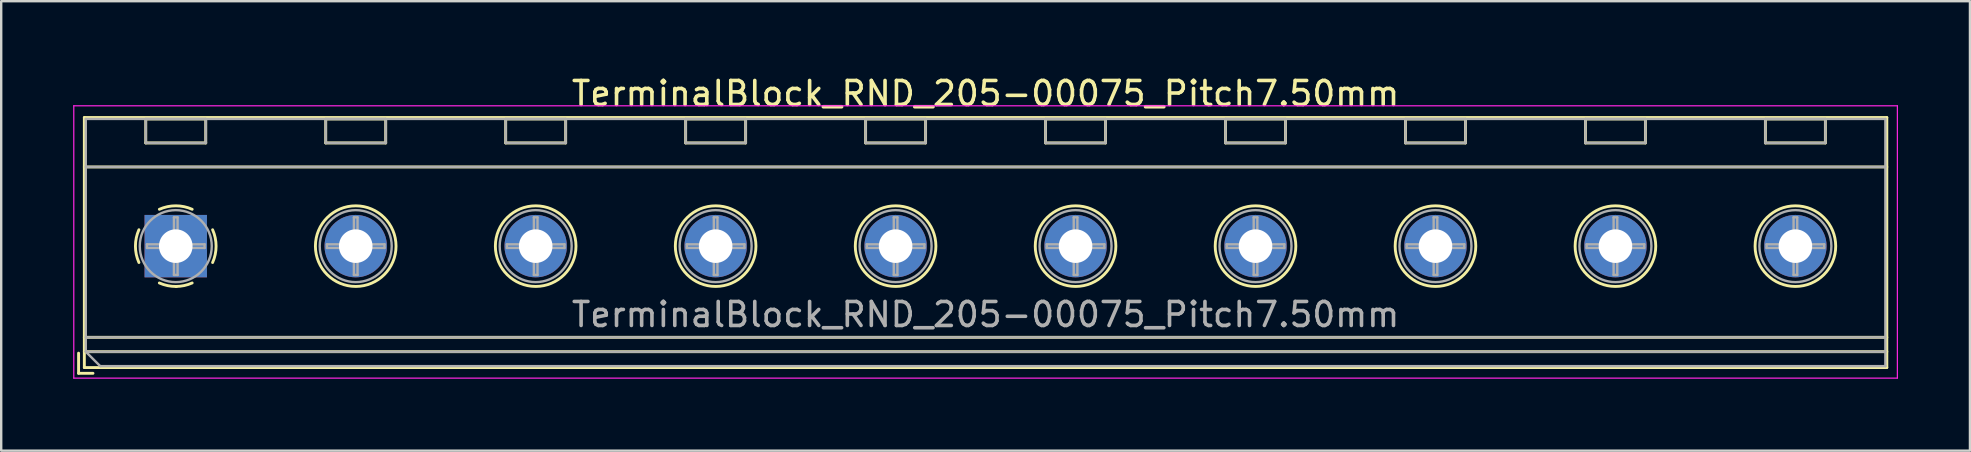
<source format=kicad_pcb>
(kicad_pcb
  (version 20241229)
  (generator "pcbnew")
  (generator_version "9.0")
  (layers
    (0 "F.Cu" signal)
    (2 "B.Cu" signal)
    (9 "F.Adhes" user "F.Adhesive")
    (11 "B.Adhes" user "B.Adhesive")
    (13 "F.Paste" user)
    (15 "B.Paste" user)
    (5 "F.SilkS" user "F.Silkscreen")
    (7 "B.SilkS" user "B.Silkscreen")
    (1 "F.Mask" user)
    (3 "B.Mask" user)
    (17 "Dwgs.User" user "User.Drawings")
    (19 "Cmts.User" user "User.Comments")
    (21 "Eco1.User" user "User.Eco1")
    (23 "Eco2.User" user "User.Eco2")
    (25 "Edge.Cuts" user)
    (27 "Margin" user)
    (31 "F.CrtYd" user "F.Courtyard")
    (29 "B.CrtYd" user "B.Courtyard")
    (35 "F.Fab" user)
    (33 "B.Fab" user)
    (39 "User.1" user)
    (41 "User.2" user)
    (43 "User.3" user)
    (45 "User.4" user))
  (footprint "TerminalBlock_RND_205-00075_Pitch7.50mm"
    (layer "F.Cu")
    (at 4.275 7.208)
    (property "Reference" "TerminalBlock_RND_205-00075_Pitch7.50mm" (at 33.75 -6.36 0) (layer "F.SilkS") (effects (font (size 1 1) (thickness 0.15))))
    (attr through_hole)
    (fp_line (start -4.05 4.46) (end -4.05 5.3) (stroke (width 0.12) (type solid)) (layer "F.SilkS"))
    (fp_line (start -4.05 5.3) (end -3.45 5.3) (stroke (width 0.12) (type solid)) (layer "F.SilkS"))
    (fp_line (start -3.81 -5.36) (end -3.81 5.06) (stroke (width 0.12) (type solid)) (layer "F.SilkS"))
    (fp_line (start -3.81 -3.3) (end 71.31 -3.3) (stroke (width 0.12) (type solid)) (layer "F.SilkS"))
    (fp_line (start -3.81 3.8) (end 71.31 3.8) (stroke (width 0.12) (type solid)) (layer "F.SilkS"))
    (fp_line (start -3.81 4.4) (end 71.31 4.4) (stroke (width 0.12) (type solid)) (layer "F.SilkS"))
    (fp_line (start -3.81 5.06) (end 71.31 5.06) (stroke (width 0.12) (type solid)) (layer "F.SilkS"))
    (fp_line (start -1.25 -5.301) (end -1.25 -4.301) (stroke (width 0.12) (type solid)) (layer "F.SilkS"))
    (fp_line (start -1.25 -5.301) (end 1.25 -5.301) (stroke (width 0.12) (type solid)) (layer "F.SilkS"))
    (fp_line (start -1.25 -4.301) (end 1.25 -4.301) (stroke (width 0.12) (type solid)) (layer "F.SilkS"))
    (fp_line (start 1.25 -5.301) (end 1.25 -4.301) (stroke (width 0.12) (type solid)) (layer "F.SilkS"))
    (fp_line (start 6.25 -5.301) (end 6.25 -4.301) (stroke (width 0.12) (type solid)) (layer "F.SilkS"))
    (fp_line (start 6.25 -5.301) (end 8.75 -5.301) (stroke (width 0.12) (type solid)) (layer "F.SilkS"))
    (fp_line (start 6.25 -4.301) (end 8.75 -4.301) (stroke (width 0.12) (type solid)) (layer "F.SilkS"))
    (fp_line (start 8.75 -5.301) (end 8.75 -4.301) (stroke (width 0.12) (type solid)) (layer "F.SilkS"))
    (fp_line (start 13.75 -5.301) (end 13.75 -4.301) (stroke (width 0.12) (type solid)) (layer "F.SilkS"))
    (fp_line (start 13.75 -5.301) (end 16.25 -5.301) (stroke (width 0.12) (type solid)) (layer "F.SilkS"))
    (fp_line (start 13.75 -4.301) (end 16.25 -4.301) (stroke (width 0.12) (type solid)) (layer "F.SilkS"))
    (fp_line (start 16.25 -5.301) (end 16.25 -4.301) (stroke (width 0.12) (type solid)) (layer "F.SilkS"))
    (fp_line (start 21.25 -5.301) (end 21.25 -4.301) (stroke (width 0.12) (type solid)) (layer "F.SilkS"))
    (fp_line (start 21.25 -5.301) (end 23.75 -5.301) (stroke (width 0.12) (type solid)) (layer "F.SilkS"))
    (fp_line (start 21.25 -4.301) (end 23.75 -4.301) (stroke (width 0.12) (type solid)) (layer "F.SilkS"))
    (fp_line (start 23.75 -5.301) (end 23.75 -4.301) (stroke (width 0.12) (type solid)) (layer "F.SilkS"))
    (fp_line (start 28.75 -5.301) (end 28.75 -4.301) (stroke (width 0.12) (type solid)) (layer "F.SilkS"))
    (fp_line (start 28.75 -5.301) (end 31.25 -5.301) (stroke (width 0.12) (type solid)) (layer "F.SilkS"))
    (fp_line (start 28.75 -4.301) (end 31.25 -4.301) (stroke (width 0.12) (type solid)) (layer "F.SilkS"))
    (fp_line (start 31.25 -5.301) (end 31.25 -4.301) (stroke (width 0.12) (type solid)) (layer "F.SilkS"))
    (fp_line (start 36.25 -5.301) (end 36.25 -4.301) (stroke (width 0.12) (type solid)) (layer "F.SilkS"))
    (fp_line (start 36.25 -5.301) (end 38.75 -5.301) (stroke (width 0.12) (type solid)) (layer "F.SilkS"))
    (fp_line (start 36.25 -4.301) (end 38.75 -4.301) (stroke (width 0.12) (type solid)) (layer "F.SilkS"))
    (fp_line (start 38.75 -5.301) (end 38.75 -4.301) (stroke (width 0.12) (type solid)) (layer "F.SilkS"))
    (fp_line (start 43.75 -5.301) (end 43.75 -4.301) (stroke (width 0.12) (type solid)) (layer "F.SilkS"))
    (fp_line (start 43.75 -5.301) (end 46.25 -5.301) (stroke (width 0.12) (type solid)) (layer "F.SilkS"))
    (fp_line (start 43.75 -4.301) (end 46.25 -4.301) (stroke (width 0.12) (type solid)) (layer "F.SilkS"))
    (fp_line (start 46.25 -5.301) (end 46.25 -4.301) (stroke (width 0.12) (type solid)) (layer "F.SilkS"))
    (fp_line (start 51.25 -5.301) (end 51.25 -4.301) (stroke (width 0.12) (type solid)) (layer "F.SilkS"))
    (fp_line (start 51.25 -5.301) (end 53.75 -5.301) (stroke (width 0.12) (type solid)) (layer "F.SilkS"))
    (fp_line (start 51.25 -4.301) (end 53.75 -4.301) (stroke (width 0.12) (type solid)) (layer "F.SilkS"))
    (fp_line (start 53.75 -5.301) (end 53.75 -4.301) (stroke (width 0.12) (type solid)) (layer "F.SilkS"))
    (fp_line (start 58.75 -5.301) (end 58.75 -4.301) (stroke (width 0.12) (type solid)) (layer "F.SilkS"))
    (fp_line (start 58.75 -5.301) (end 61.25 -5.301) (stroke (width 0.12) (type solid)) (layer "F.SilkS"))
    (fp_line (start 58.75 -4.301) (end 61.25 -4.301) (stroke (width 0.12) (type solid)) (layer "F.SilkS"))
    (fp_line (start 61.25 -5.301) (end 61.25 -4.301) (stroke (width 0.12) (type solid)) (layer "F.SilkS"))
    (fp_line (start 66.25 -5.301) (end 66.25 -4.301) (stroke (width 0.12) (type solid)) (layer "F.SilkS"))
    (fp_line (start 66.25 -5.301) (end 68.75 -5.301) (stroke (width 0.12) (type solid)) (layer "F.SilkS"))
    (fp_line (start 66.25 -4.301) (end 68.75 -4.301) (stroke (width 0.12) (type solid)) (layer "F.SilkS"))
    (fp_line (start 68.75 -5.301) (end 68.75 -4.301) (stroke (width 0.12) (type solid)) (layer "F.SilkS"))
    (fp_line (start 71.31 -5.36) (end -3.81 -5.36) (stroke (width 0.12) (type solid)) (layer "F.SilkS"))
    (fp_line (start 71.31 5.06) (end 71.31 -5.36) (stroke (width 0.12) (type solid)) (layer "F.SilkS"))
    (fp_arc (start -1.535427 0.683042) (mid -1.680501 -0.000524) (end -1.535 -0.684) (stroke (width 0.12) (type solid)) (layer "F.SilkS"))
    (fp_arc (start -0.683042 -1.535427) (mid 0.000524 -1.680501) (end 0.684 -1.535) (stroke (width 0.12) (type solid)) (layer "F.SilkS"))
    (fp_arc (start 0.028805 1.680253) (mid -0.335551 1.646659) (end -0.684 1.535) (stroke (width 0.12) (type solid)) (layer "F.SilkS"))
    (fp_arc (start 0.683318 1.534756) (mid 0.349292 1.643288) (end 0 1.68) (stroke (width 0.12) (type solid)) (layer "F.SilkS"))
    (fp_arc (start 1.535427 -0.683042) (mid 1.680501 0.000524) (end 1.535 0.684) (stroke (width 0.12) (type solid)) (layer "F.SilkS"))
    (fp_circle (center 7.5 0) (end 9.18 0) (stroke (width 0.12) (type solid)) (fill no) (layer "F.SilkS"))
    (fp_circle (center 15 0) (end 16.68 0) (stroke (width 0.12) (type solid)) (fill no) (layer "F.SilkS"))
    (fp_circle (center 22.5 0) (end 24.18 0) (stroke (width 0.12) (type solid)) (fill no) (layer "F.SilkS"))
    (fp_circle (center 30 0) (end 31.68 0) (stroke (width 0.12) (type solid)) (fill no) (layer "F.SilkS"))
    (fp_circle (center 37.5 0) (end 39.18 0) (stroke (width 0.12) (type solid)) (fill no) (layer "F.SilkS"))
    (fp_circle (center 45 0) (end 46.68 0) (stroke (width 0.12) (type solid)) (fill no) (layer "F.SilkS"))
    (fp_circle (center 52.5 0) (end 54.18 0) (stroke (width 0.12) (type solid)) (fill no) (layer "F.SilkS"))
    (fp_circle (center 60 0) (end 61.68 0) (stroke (width 0.12) (type solid)) (fill no) (layer "F.SilkS"))
    (fp_circle (center 67.5 0) (end 69.18 0) (stroke (width 0.12) (type solid)) (fill no) (layer "F.SilkS"))
    (fp_line (start -4.25 -5.85) (end -4.25 5.5) (stroke (width 0.05) (type solid)) (layer "F.CrtYd"))
    (fp_line (start -4.25 5.5) (end 71.75 5.5) (stroke (width 0.05) (type solid)) (layer "F.CrtYd"))
    (fp_line (start 71.75 -5.85) (end -4.25 -5.85) (stroke (width 0.05) (type solid)) (layer "F.CrtYd"))
    (fp_line (start 71.75 5.5) (end 71.75 -5.85) (stroke (width 0.05) (type solid)) (layer "F.CrtYd"))
    (fp_line (start -3.75 -5.3) (end 71.25 -5.3) (stroke (width 0.1) (type solid)) (layer "F.Fab"))
    (fp_line (start -3.75 -3.3) (end 71.25 -3.3) (stroke (width 0.1) (type solid)) (layer "F.Fab"))
    (fp_line (start -3.75 3.8) (end 71.25 3.8) (stroke (width 0.1) (type solid)) (layer "F.Fab"))
    (fp_line (start -3.75 4.4) (end -3.75 -5.3) (stroke (width 0.1) (type solid)) (layer "F.Fab"))
    (fp_line (start -3.75 4.4) (end 71.25 4.4) (stroke (width 0.1) (type solid)) (layer "F.Fab"))
    (fp_line (start -3.15 5) (end -3.75 4.4) (stroke (width 0.1) (type solid)) (layer "F.Fab"))
    (fp_line (start -1.25 -5.3) (end -1.25 -4.3) (stroke (width 0.1) (type solid)) (layer "F.Fab"))
    (fp_line (start -1.25 -4.3) (end 1.25 -4.3) (stroke (width 0.1) (type solid)) (layer "F.Fab"))
    (fp_line (start -1.201 -0.076) (end -0.076 -0.076) (stroke (width 0.1) (type solid)) (layer "F.Fab"))
    (fp_line (start -1.201 0.076) (end -1.201 -0.076) (stroke (width 0.1) (type solid)) (layer "F.Fab"))
    (fp_line (start -0.076 -1.201) (end 0.076 -1.201) (stroke (width 0.1) (type solid)) (layer "F.Fab"))
    (fp_line (start -0.076 -0.076) (end -0.076 -1.201) (stroke (width 0.1) (type solid)) (layer "F.Fab"))
    (fp_line (start -0.076 0.076) (end -1.201 0.076) (stroke (width 0.1) (type solid)) (layer "F.Fab"))
    (fp_line (start -0.076 1.201) (end -0.076 0.076) (stroke (width 0.1) (type solid)) (layer "F.Fab"))
    (fp_line (start 0.076 -1.201) (end 0.076 -0.076) (stroke (width 0.1) (type solid)) (layer "F.Fab"))
    (fp_line (start 0.076 -0.076) (end 1.201 -0.076) (stroke (width 0.1) (type solid)) (layer "F.Fab"))
    (fp_line (start 0.076 0.076) (end 0.076 1.201) (stroke (width 0.1) (type solid)) (layer "F.Fab"))
    (fp_line (start 0.076 1.201) (end -0.076 1.201) (stroke (width 0.1) (type solid)) (layer "F.Fab"))
    (fp_line (start 1.201 -0.076) (end 1.201 0.076) (stroke (width 0.1) (type solid)) (layer "F.Fab"))
    (fp_line (start 1.201 0.076) (end 0.076 0.076) (stroke (width 0.1) (type solid)) (layer "F.Fab"))
    (fp_line (start 1.25 -5.3) (end -1.25 -5.3) (stroke (width 0.1) (type solid)) (layer "F.Fab"))
    (fp_line (start 1.25 -4.3) (end 1.25 -5.3) (stroke (width 0.1) (type solid)) (layer "F.Fab"))
    (fp_line (start 6.25 -5.3) (end 6.25 -4.3) (stroke (width 0.1) (type solid)) (layer "F.Fab"))
    (fp_line (start 6.25 -4.3) (end 8.75 -4.3) (stroke (width 0.1) (type solid)) (layer "F.Fab"))
    (fp_line (start 6.299 -0.076) (end 7.424 -0.076) (stroke (width 0.1) (type solid)) (layer "F.Fab"))
    (fp_line (start 6.299 0.076) (end 6.299 -0.076) (stroke (width 0.1) (type solid)) (layer "F.Fab"))
    (fp_line (start 7.424 -1.201) (end 7.576 -1.201) (stroke (width 0.1) (type solid)) (layer "F.Fab"))
    (fp_line (start 7.424 -0.076) (end 7.424 -1.201) (stroke (width 0.1) (type solid)) (layer "F.Fab"))
    (fp_line (start 7.424 0.076) (end 6.299 0.076) (stroke (width 0.1) (type solid)) (layer "F.Fab"))
    (fp_line (start 7.424 1.201) (end 7.424 0.076) (stroke (width 0.1) (type solid)) (layer "F.Fab"))
    (fp_line (start 7.576 -1.201) (end 7.576 -0.076) (stroke (width 0.1) (type solid)) (layer "F.Fab"))
    (fp_line (start 7.576 -0.076) (end 8.701 -0.076) (stroke (width 0.1) (type solid)) (layer "F.Fab"))
    (fp_line (start 7.576 0.076) (end 7.576 1.201) (stroke (width 0.1) (type solid)) (layer "F.Fab"))
    (fp_line (start 7.576 1.201) (end 7.424 1.201) (stroke (width 0.1) (type solid)) (layer "F.Fab"))
    (fp_line (start 8.701 -0.076) (end 8.701 0.076) (stroke (width 0.1) (type solid)) (layer "F.Fab"))
    (fp_line (start 8.701 0.076) (end 7.576 0.076) (stroke (width 0.1) (type solid)) (layer "F.Fab"))
    (fp_line (start 8.75 -5.3) (end 6.25 -5.3) (stroke (width 0.1) (type solid)) (layer "F.Fab"))
    (fp_line (start 8.75 -4.3) (end 8.75 -5.3) (stroke (width 0.1) (type solid)) (layer "F.Fab"))
    (fp_line (start 13.75 -5.3) (end 13.75 -4.3) (stroke (width 0.1) (type solid)) (layer "F.Fab"))
    (fp_line (start 13.75 -4.3) (end 16.25 -4.3) (stroke (width 0.1) (type solid)) (layer "F.Fab"))
    (fp_line (start 13.799 -0.076) (end 14.924 -0.076) (stroke (width 0.1) (type solid)) (layer "F.Fab"))
    (fp_line (start 13.799 0.076) (end 13.799 -0.076) (stroke (width 0.1) (type solid)) (layer "F.Fab"))
    (fp_line (start 14.924 -1.201) (end 15.076 -1.201) (stroke (width 0.1) (type solid)) (layer "F.Fab"))
    (fp_line (start 14.924 -0.076) (end 14.924 -1.201) (stroke (width 0.1) (type solid)) (layer "F.Fab"))
    (fp_line (start 14.924 0.076) (end 13.799 0.076) (stroke (width 0.1) (type solid)) (layer "F.Fab"))
    (fp_line (start 14.924 1.201) (end 14.924 0.076) (stroke (width 0.1) (type solid)) (layer "F.Fab"))
    (fp_line (start 15.076 -1.201) (end 15.076 -0.076) (stroke (width 0.1) (type solid)) (layer "F.Fab"))
    (fp_line (start 15.076 -0.076) (end 16.201 -0.076) (stroke (width 0.1) (type solid)) (layer "F.Fab"))
    (fp_line (start 15.076 0.076) (end 15.076 1.201) (stroke (width 0.1) (type solid)) (layer "F.Fab"))
    (fp_line (start 15.076 1.201) (end 14.924 1.201) (stroke (width 0.1) (type solid)) (layer "F.Fab"))
    (fp_line (start 16.201 -0.076) (end 16.201 0.076) (stroke (width 0.1) (type solid)) (layer "F.Fab"))
    (fp_line (start 16.201 0.076) (end 15.076 0.076) (stroke (width 0.1) (type solid)) (layer "F.Fab"))
    (fp_line (start 16.25 -5.3) (end 13.75 -5.3) (stroke (width 0.1) (type solid)) (layer "F.Fab"))
    (fp_line (start 16.25 -4.3) (end 16.25 -5.3) (stroke (width 0.1) (type solid)) (layer "F.Fab"))
    (fp_line (start 21.25 -5.3) (end 21.25 -4.3) (stroke (width 0.1) (type solid)) (layer "F.Fab"))
    (fp_line (start 21.25 -4.3) (end 23.75 -4.3) (stroke (width 0.1) (type solid)) (layer "F.Fab"))
    (fp_line (start 21.299 -0.076) (end 22.424 -0.076) (stroke (width 0.1) (type solid)) (layer "F.Fab"))
    (fp_line (start 21.299 0.076) (end 21.299 -0.076) (stroke (width 0.1) (type solid)) (layer "F.Fab"))
    (fp_line (start 22.424 -1.201) (end 22.576 -1.201) (stroke (width 0.1) (type solid)) (layer "F.Fab"))
    (fp_line (start 22.424 -0.076) (end 22.424 -1.201) (stroke (width 0.1) (type solid)) (layer "F.Fab"))
    (fp_line (start 22.424 0.076) (end 21.299 0.076) (stroke (width 0.1) (type solid)) (layer "F.Fab"))
    (fp_line (start 22.424 1.201) (end 22.424 0.076) (stroke (width 0.1) (type solid)) (layer "F.Fab"))
    (fp_line (start 22.576 -1.201) (end 22.576 -0.076) (stroke (width 0.1) (type solid)) (layer "F.Fab"))
    (fp_line (start 22.576 -0.076) (end 23.701 -0.076) (stroke (width 0.1) (type solid)) (layer "F.Fab"))
    (fp_line (start 22.576 0.076) (end 22.576 1.201) (stroke (width 0.1) (type solid)) (layer "F.Fab"))
    (fp_line (start 22.576 1.201) (end 22.424 1.201) (stroke (width 0.1) (type solid)) (layer "F.Fab"))
    (fp_line (start 23.701 -0.076) (end 23.701 0.076) (stroke (width 0.1) (type solid)) (layer "F.Fab"))
    (fp_line (start 23.701 0.076) (end 22.576 0.076) (stroke (width 0.1) (type solid)) (layer "F.Fab"))
    (fp_line (start 23.75 -5.3) (end 21.25 -5.3) (stroke (width 0.1) (type solid)) (layer "F.Fab"))
    (fp_line (start 23.75 -4.3) (end 23.75 -5.3) (stroke (width 0.1) (type solid)) (layer "F.Fab"))
    (fp_line (start 28.75 -5.3) (end 28.75 -4.3) (stroke (width 0.1) (type solid)) (layer "F.Fab"))
    (fp_line (start 28.75 -4.3) (end 31.25 -4.3) (stroke (width 0.1) (type solid)) (layer "F.Fab"))
    (fp_line (start 28.799 -0.076) (end 29.924 -0.076) (stroke (width 0.1) (type solid)) (layer "F.Fab"))
    (fp_line (start 28.799 0.076) (end 28.799 -0.076) (stroke (width 0.1) (type solid)) (layer "F.Fab"))
    (fp_line (start 29.924 -1.201) (end 30.076 -1.201) (stroke (width 0.1) (type solid)) (layer "F.Fab"))
    (fp_line (start 29.924 -0.076) (end 29.924 -1.201) (stroke (width 0.1) (type solid)) (layer "F.Fab"))
    (fp_line (start 29.924 0.076) (end 28.799 0.076) (stroke (width 0.1) (type solid)) (layer "F.Fab"))
    (fp_line (start 29.924 1.201) (end 29.924 0.076) (stroke (width 0.1) (type solid)) (layer "F.Fab"))
    (fp_line (start 30.076 -1.201) (end 30.076 -0.076) (stroke (width 0.1) (type solid)) (layer "F.Fab"))
    (fp_line (start 30.076 -0.076) (end 31.201 -0.076) (stroke (width 0.1) (type solid)) (layer "F.Fab"))
    (fp_line (start 30.076 0.076) (end 30.076 1.201) (stroke (width 0.1) (type solid)) (layer "F.Fab"))
    (fp_line (start 30.076 1.201) (end 29.924 1.201) (stroke (width 0.1) (type solid)) (layer "F.Fab"))
    (fp_line (start 31.201 -0.076) (end 31.201 0.076) (stroke (width 0.1) (type solid)) (layer "F.Fab"))
    (fp_line (start 31.201 0.076) (end 30.076 0.076) (stroke (width 0.1) (type solid)) (layer "F.Fab"))
    (fp_line (start 31.25 -5.3) (end 28.75 -5.3) (stroke (width 0.1) (type solid)) (layer "F.Fab"))
    (fp_line (start 31.25 -4.3) (end 31.25 -5.3) (stroke (width 0.1) (type solid)) (layer "F.Fab"))
    (fp_line (start 36.25 -5.3) (end 36.25 -4.3) (stroke (width 0.1) (type solid)) (layer "F.Fab"))
    (fp_line (start 36.25 -4.3) (end 38.75 -4.3) (stroke (width 0.1) (type solid)) (layer "F.Fab"))
    (fp_line (start 36.299 -0.076) (end 37.424 -0.076) (stroke (width 0.1) (type solid)) (layer "F.Fab"))
    (fp_line (start 36.299 0.076) (end 36.299 -0.076) (stroke (width 0.1) (type solid)) (layer "F.Fab"))
    (fp_line (start 37.424 -1.201) (end 37.576 -1.201) (stroke (width 0.1) (type solid)) (layer "F.Fab"))
    (fp_line (start 37.424 -0.076) (end 37.424 -1.201) (stroke (width 0.1) (type solid)) (layer "F.Fab"))
    (fp_line (start 37.424 0.076) (end 36.299 0.076) (stroke (width 0.1) (type solid)) (layer "F.Fab"))
    (fp_line (start 37.424 1.201) (end 37.424 0.076) (stroke (width 0.1) (type solid)) (layer "F.Fab"))
    (fp_line (start 37.576 -1.201) (end 37.576 -0.076) (stroke (width 0.1) (type solid)) (layer "F.Fab"))
    (fp_line (start 37.576 -0.076) (end 38.701 -0.076) (stroke (width 0.1) (type solid)) (layer "F.Fab"))
    (fp_line (start 37.576 0.076) (end 37.576 1.201) (stroke (width 0.1) (type solid)) (layer "F.Fab"))
    (fp_line (start 37.576 1.201) (end 37.424 1.201) (stroke (width 0.1) (type solid)) (layer "F.Fab"))
    (fp_line (start 38.701 -0.076) (end 38.701 0.076) (stroke (width 0.1) (type solid)) (layer "F.Fab"))
    (fp_line (start 38.701 0.076) (end 37.576 0.076) (stroke (width 0.1) (type solid)) (layer "F.Fab"))
    (fp_line (start 38.75 -5.3) (end 36.25 -5.3) (stroke (width 0.1) (type solid)) (layer "F.Fab"))
    (fp_line (start 38.75 -4.3) (end 38.75 -5.3) (stroke (width 0.1) (type solid)) (layer "F.Fab"))
    (fp_line (start 43.75 -5.3) (end 43.75 -4.3) (stroke (width 0.1) (type solid)) (layer "F.Fab"))
    (fp_line (start 43.75 -4.3) (end 46.25 -4.3) (stroke (width 0.1) (type solid)) (layer "F.Fab"))
    (fp_line (start 43.799 -0.076) (end 44.924 -0.076) (stroke (width 0.1) (type solid)) (layer "F.Fab"))
    (fp_line (start 43.799 0.076) (end 43.799 -0.076) (stroke (width 0.1) (type solid)) (layer "F.Fab"))
    (fp_line (start 44.924 -1.201) (end 45.076 -1.201) (stroke (width 0.1) (type solid)) (layer "F.Fab"))
    (fp_line (start 44.924 -0.076) (end 44.924 -1.201) (stroke (width 0.1) (type solid)) (layer "F.Fab"))
    (fp_line (start 44.924 0.076) (end 43.799 0.076) (stroke (width 0.1) (type solid)) (layer "F.Fab"))
    (fp_line (start 44.924 1.201) (end 44.924 0.076) (stroke (width 0.1) (type solid)) (layer "F.Fab"))
    (fp_line (start 45.076 -1.201) (end 45.076 -0.076) (stroke (width 0.1) (type solid)) (layer "F.Fab"))
    (fp_line (start 45.076 -0.076) (end 46.201 -0.076) (stroke (width 0.1) (type solid)) (layer "F.Fab"))
    (fp_line (start 45.076 0.076) (end 45.076 1.201) (stroke (width 0.1) (type solid)) (layer "F.Fab"))
    (fp_line (start 45.076 1.201) (end 44.924 1.201) (stroke (width 0.1) (type solid)) (layer "F.Fab"))
    (fp_line (start 46.201 -0.076) (end 46.201 0.076) (stroke (width 0.1) (type solid)) (layer "F.Fab"))
    (fp_line (start 46.201 0.076) (end 45.076 0.076) (stroke (width 0.1) (type solid)) (layer "F.Fab"))
    (fp_line (start 46.25 -5.3) (end 43.75 -5.3) (stroke (width 0.1) (type solid)) (layer "F.Fab"))
    (fp_line (start 46.25 -4.3) (end 46.25 -5.3) (stroke (width 0.1) (type solid)) (layer "F.Fab"))
    (fp_line (start 51.25 -5.3) (end 51.25 -4.3) (stroke (width 0.1) (type solid)) (layer "F.Fab"))
    (fp_line (start 51.25 -4.3) (end 53.75 -4.3) (stroke (width 0.1) (type solid)) (layer "F.Fab"))
    (fp_line (start 51.299 -0.076) (end 52.424 -0.076) (stroke (width 0.1) (type solid)) (layer "F.Fab"))
    (fp_line (start 51.299 0.076) (end 51.299 -0.076) (stroke (width 0.1) (type solid)) (layer "F.Fab"))
    (fp_line (start 52.424 -1.201) (end 52.576 -1.201) (stroke (width 0.1) (type solid)) (layer "F.Fab"))
    (fp_line (start 52.424 -0.076) (end 52.424 -1.201) (stroke (width 0.1) (type solid)) (layer "F.Fab"))
    (fp_line (start 52.424 0.076) (end 51.299 0.076) (stroke (width 0.1) (type solid)) (layer "F.Fab"))
    (fp_line (start 52.424 1.201) (end 52.424 0.076) (stroke (width 0.1) (type solid)) (layer "F.Fab"))
    (fp_line (start 52.576 -1.201) (end 52.576 -0.076) (stroke (width 0.1) (type solid)) (layer "F.Fab"))
    (fp_line (start 52.576 -0.076) (end 53.701 -0.076) (stroke (width 0.1) (type solid)) (layer "F.Fab"))
    (fp_line (start 52.576 0.076) (end 52.576 1.201) (stroke (width 0.1) (type solid)) (layer "F.Fab"))
    (fp_line (start 52.576 1.201) (end 52.424 1.201) (stroke (width 0.1) (type solid)) (layer "F.Fab"))
    (fp_line (start 53.701 -0.076) (end 53.701 0.076) (stroke (width 0.1) (type solid)) (layer "F.Fab"))
    (fp_line (start 53.701 0.076) (end 52.576 0.076) (stroke (width 0.1) (type solid)) (layer "F.Fab"))
    (fp_line (start 53.75 -5.3) (end 51.25 -5.3) (stroke (width 0.1) (type solid)) (layer "F.Fab"))
    (fp_line (start 53.75 -4.3) (end 53.75 -5.3) (stroke (width 0.1) (type solid)) (layer "F.Fab"))
    (fp_line (start 58.75 -5.3) (end 58.75 -4.3) (stroke (width 0.1) (type solid)) (layer "F.Fab"))
    (fp_line (start 58.75 -4.3) (end 61.25 -4.3) (stroke (width 0.1) (type solid)) (layer "F.Fab"))
    (fp_line (start 58.799 -0.076) (end 59.924 -0.076) (stroke (width 0.1) (type solid)) (layer "F.Fab"))
    (fp_line (start 58.799 0.076) (end 58.799 -0.076) (stroke (width 0.1) (type solid)) (layer "F.Fab"))
    (fp_line (start 59.924 -1.201) (end 60.076 -1.201) (stroke (width 0.1) (type solid)) (layer "F.Fab"))
    (fp_line (start 59.924 -0.076) (end 59.924 -1.201) (stroke (width 0.1) (type solid)) (layer "F.Fab"))
    (fp_line (start 59.924 0.076) (end 58.799 0.076) (stroke (width 0.1) (type solid)) (layer "F.Fab"))
    (fp_line (start 59.924 1.201) (end 59.924 0.076) (stroke (width 0.1) (type solid)) (layer "F.Fab"))
    (fp_line (start 60.076 -1.201) (end 60.076 -0.076) (stroke (width 0.1) (type solid)) (layer "F.Fab"))
    (fp_line (start 60.076 -0.076) (end 61.201 -0.076) (stroke (width 0.1) (type solid)) (layer "F.Fab"))
    (fp_line (start 60.076 0.076) (end 60.076 1.201) (stroke (width 0.1) (type solid)) (layer "F.Fab"))
    (fp_line (start 60.076 1.201) (end 59.924 1.201) (stroke (width 0.1) (type solid)) (layer "F.Fab"))
    (fp_line (start 61.201 -0.076) (end 61.201 0.076) (stroke (width 0.1) (type solid)) (layer "F.Fab"))
    (fp_line (start 61.201 0.076) (end 60.076 0.076) (stroke (width 0.1) (type solid)) (layer "F.Fab"))
    (fp_line (start 61.25 -5.3) (end 58.75 -5.3) (stroke (width 0.1) (type solid)) (layer "F.Fab"))
    (fp_line (start 61.25 -4.3) (end 61.25 -5.3) (stroke (width 0.1) (type solid)) (layer "F.Fab"))
    (fp_line (start 66.25 -5.3) (end 66.25 -4.3) (stroke (width 0.1) (type solid)) (layer "F.Fab"))
    (fp_line (start 66.25 -4.3) (end 68.75 -4.3) (stroke (width 0.1) (type solid)) (layer "F.Fab"))
    (fp_line (start 66.299 -0.076) (end 67.424 -0.076) (stroke (width 0.1) (type solid)) (layer "F.Fab"))
    (fp_line (start 66.299 0.076) (end 66.299 -0.076) (stroke (width 0.1) (type solid)) (layer "F.Fab"))
    (fp_line (start 67.424 -1.201) (end 67.576 -1.201) (stroke (width 0.1) (type solid)) (layer "F.Fab"))
    (fp_line (start 67.424 -0.076) (end 67.424 -1.201) (stroke (width 0.1) (type solid)) (layer "F.Fab"))
    (fp_line (start 67.424 0.076) (end 66.299 0.076) (stroke (width 0.1) (type solid)) (layer "F.Fab"))
    (fp_line (start 67.424 1.201) (end 67.424 0.076) (stroke (width 0.1) (type solid)) (layer "F.Fab"))
    (fp_line (start 67.576 -1.201) (end 67.576 -0.076) (stroke (width 0.1) (type solid)) (layer "F.Fab"))
    (fp_line (start 67.576 -0.076) (end 68.701 -0.076) (stroke (width 0.1) (type solid)) (layer "F.Fab"))
    (fp_line (start 67.576 0.076) (end 67.576 1.201) (stroke (width 0.1) (type solid)) (layer "F.Fab"))
    (fp_line (start 67.576 1.201) (end 67.424 1.201) (stroke (width 0.1) (type solid)) (layer "F.Fab"))
    (fp_line (start 68.701 -0.076) (end 68.701 0.076) (stroke (width 0.1) (type solid)) (layer "F.Fab"))
    (fp_line (start 68.701 0.076) (end 67.576 0.076) (stroke (width 0.1) (type solid)) (layer "F.Fab"))
    (fp_line (start 68.75 -5.3) (end 66.25 -5.3) (stroke (width 0.1) (type solid)) (layer "F.Fab"))
    (fp_line (start 68.75 -4.3) (end 68.75 -5.3) (stroke (width 0.1) (type solid)) (layer "F.Fab"))
    (fp_line (start 71.25 -5.3) (end 71.25 5) (stroke (width 0.1) (type solid)) (layer "F.Fab"))
    (fp_line (start 71.25 5) (end -3.15 5) (stroke (width 0.1) (type solid)) (layer "F.Fab"))
    (fp_circle (center 0 0) (end 1.5 0) (stroke (width 0.1) (type solid)) (fill no) (layer "F.Fab"))
    (fp_circle (center 7.5 0) (end 9 0) (stroke (width 0.1) (type solid)) (fill no) (layer "F.Fab"))
    (fp_circle (center 15 0) (end 16.5 0) (stroke (width 0.1) (type solid)) (fill no) (layer "F.Fab"))
    (fp_circle (center 22.5 0) (end 24 0) (stroke (width 0.1) (type solid)) (fill no) (layer "F.Fab"))
    (fp_circle (center 30 0) (end 31.5 0) (stroke (width 0.1) (type solid)) (fill no) (layer "F.Fab"))
    (fp_circle (center 37.5 0) (end 39 0) (stroke (width 0.1) (type solid)) (fill no) (layer "F.Fab"))
    (fp_circle (center 45 0) (end 46.5 0) (stroke (width 0.1) (type solid)) (fill no) (layer "F.Fab"))
    (fp_circle (center 52.5 0) (end 54 0) (stroke (width 0.1) (type solid)) (fill no) (layer "F.Fab"))
    (fp_circle (center 60 0) (end 61.5 0) (stroke (width 0.1) (type solid)) (fill no) (layer "F.Fab"))
    (fp_circle (center 67.5 0) (end 69 0) (stroke (width 0.1) (type solid)) (fill no) (layer "F.Fab"))
    (fp_text user "${REFERENCE}" (at 33.75 2.85 0) (layer "F.Fab") (effects (font (size 1 1) (thickness 0.15))))
    (pad "1" thru_hole rect (at 0 0) (size 2.6 2.6) (drill 1.4) (layers "*.Cu" "*.Mask"))
    (pad "2" thru_hole oval (at 7.5 0) (size 2.6 2.6) (drill 1.4) (layers "*.Cu" "*.Mask"))
    (pad "3" thru_hole oval (at 15 0) (size 2.6 2.6) (drill 1.4) (layers "*.Cu" "*.Mask"))
    (pad "4" thru_hole oval (at 22.5 0) (size 2.6 2.6) (drill 1.4) (layers "*.Cu" "*.Mask"))
    (pad "5" thru_hole oval (at 30 0) (size 2.6 2.6) (drill 1.4) (layers "*.Cu" "*.Mask"))
    (pad "6" thru_hole oval (at 37.5 0) (size 2.6 2.6) (drill 1.4) (layers "*.Cu" "*.Mask"))
    (pad "7" thru_hole oval (at 45 0) (size 2.6 2.6) (drill 1.4) (layers "*.Cu" "*.Mask"))
    (pad "8" thru_hole oval (at 52.5 0) (size 2.6 2.6) (drill 1.4) (layers "*.Cu" "*.Mask"))
    (pad "9" thru_hole oval (at 60 0) (size 2.6 2.6) (drill 1.4) (layers "*.Cu" "*.Mask"))
    (pad "10" thru_hole oval (at 67.5 0) (size 2.6 2.6) (drill 1.4) (layers "*.Cu" "*.Mask")))
  (gr_rect
    (start -3 -3)
    (end 79.05 15.733)
    (stroke (width 0.1) (type default))
    (fill no)
    (layer "Edge.Cuts")))
</source>
